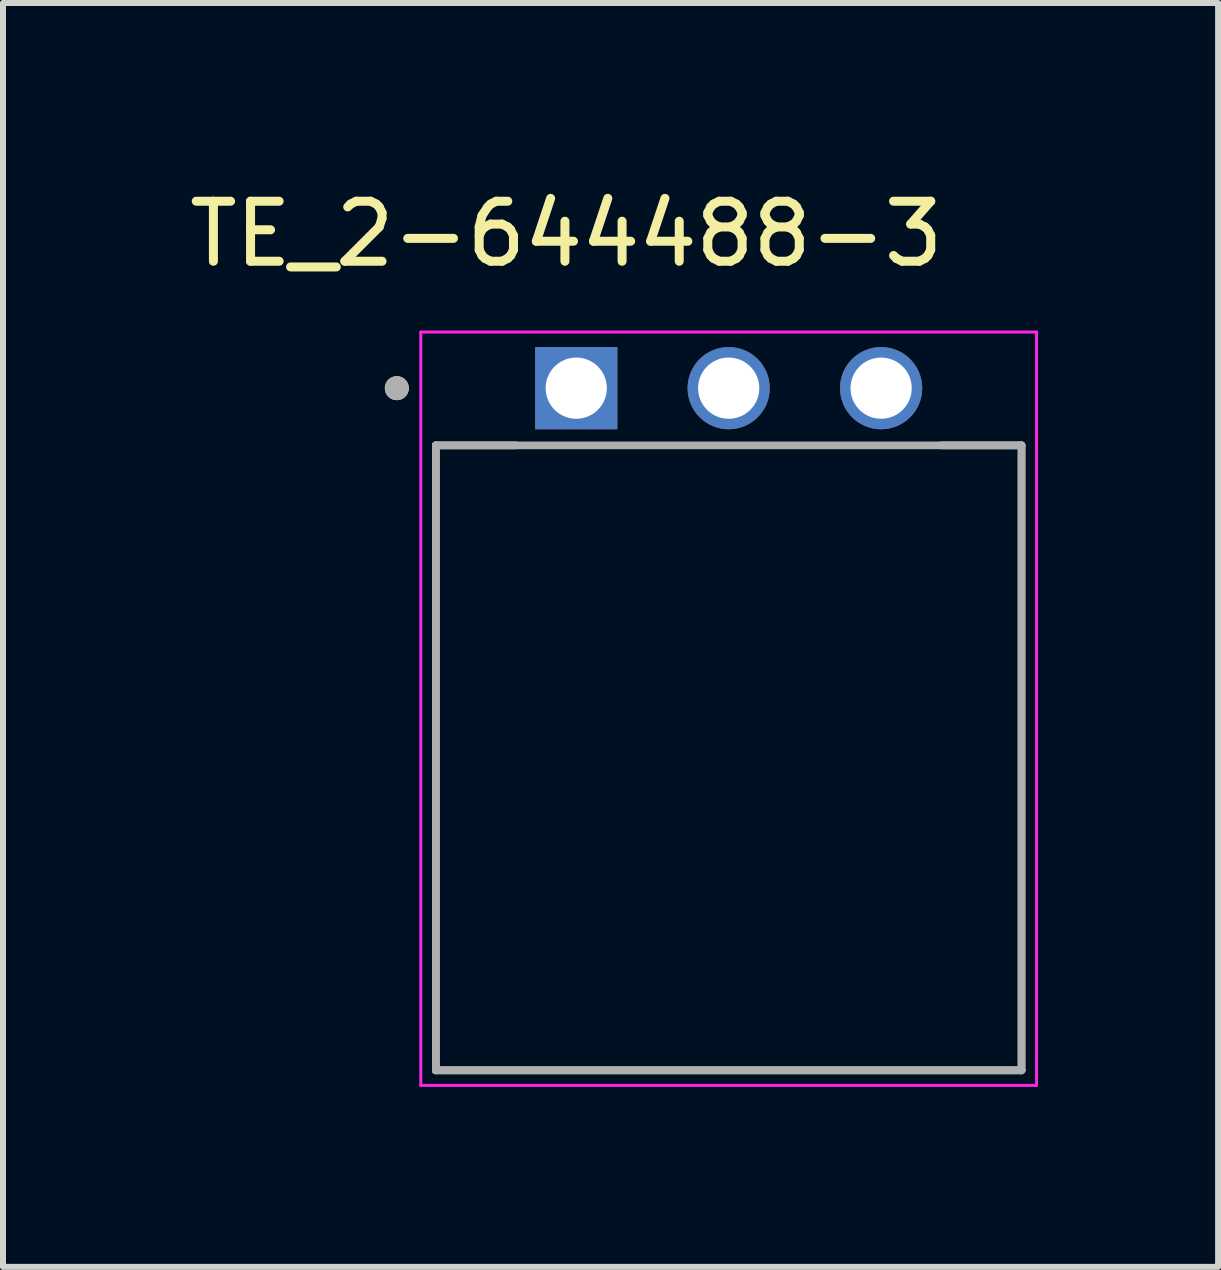
<source format=kicad_pcb>
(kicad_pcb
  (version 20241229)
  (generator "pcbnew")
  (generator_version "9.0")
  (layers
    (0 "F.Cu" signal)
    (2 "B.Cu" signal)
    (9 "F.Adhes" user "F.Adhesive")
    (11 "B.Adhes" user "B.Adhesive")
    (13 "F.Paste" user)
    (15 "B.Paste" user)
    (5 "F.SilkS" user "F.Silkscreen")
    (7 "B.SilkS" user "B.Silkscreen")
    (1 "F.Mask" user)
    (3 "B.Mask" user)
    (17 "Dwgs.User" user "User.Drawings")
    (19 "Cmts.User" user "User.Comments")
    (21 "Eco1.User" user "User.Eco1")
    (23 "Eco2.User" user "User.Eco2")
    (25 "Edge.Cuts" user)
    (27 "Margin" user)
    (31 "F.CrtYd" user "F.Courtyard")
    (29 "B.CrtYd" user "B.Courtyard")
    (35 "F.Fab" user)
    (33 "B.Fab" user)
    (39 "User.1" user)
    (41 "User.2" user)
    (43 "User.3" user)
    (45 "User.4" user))
  (footprint "TE_2-644488-3"
    (layer "F.Cu")
    (at 6.552 3.418)
    (property "Reference" "TE_2-644488-3" (at -0.165 -2.57 0) (layer "F.SilkS") (effects (font (size 1 1) (thickness 0.15))))
    (attr through_hole)
    (fp_line (start -2.34 0.953) (end -1.005 0.953) (stroke (width 0.127) (type solid)) (layer "F.SilkS"))
    (fp_line (start -2.34 11.367) (end -2.34 0.953) (stroke (width 0.127) (type solid)) (layer "F.SilkS"))
    (fp_line (start -2.34 11.367) (end 7.42 11.367) (stroke (width 0.127) (type solid)) (layer "F.SilkS"))
    (fp_line (start 6.085 0.953) (end 7.42 0.953) (stroke (width 0.127) (type solid)) (layer "F.SilkS"))
    (fp_line (start 7.42 0.953) (end 7.42 11.367) (stroke (width 0.127) (type solid)) (layer "F.SilkS"))
    (fp_circle (center -2.99 0) (end -2.89 0) (stroke (width 0.2) (type solid)) (fill no) (layer "F.SilkS"))
    (fp_line (start -2.59 -0.935) (end 7.67 -0.935) (stroke (width 0.05) (type solid)) (layer "F.CrtYd"))
    (fp_line (start -2.59 11.617) (end -2.59 -0.935) (stroke (width 0.05) (type solid)) (layer "F.CrtYd"))
    (fp_line (start 7.67 -0.935) (end 7.67 11.617) (stroke (width 0.05) (type solid)) (layer "F.CrtYd"))
    (fp_line (start 7.67 11.617) (end -2.59 11.617) (stroke (width 0.05) (type solid)) (layer "F.CrtYd"))
    (fp_line (start -2.34 0.953) (end 7.42 0.953) (stroke (width 0.127) (type solid)) (layer "F.Fab"))
    (fp_line (start -2.34 11.367) (end -2.34 0.953) (stroke (width 0.127) (type solid)) (layer "F.Fab"))
    (fp_line (start -2.34 11.367) (end -2.34 11.367) (stroke (width 0.127) (type solid)) (layer "F.Fab"))
    (fp_line (start -2.34 11.367) (end 7.42 11.367) (stroke (width 0.127) (type solid)) (layer "F.Fab"))
    (fp_line (start 7.42 0.953) (end 7.42 11.367) (stroke (width 0.127) (type solid)) (layer "F.Fab"))
    (fp_line (start 7.42 11.367) (end -2.34 11.367) (stroke (width 0.127) (type solid)) (layer "F.Fab"))
    (fp_line (start 7.42 11.367) (end 7.42 11.367) (stroke (width 0.127) (type solid)) (layer "F.Fab"))
    (fp_circle (center -2.99 0) (end -2.89 0) (stroke (width 0.2) (type solid)) (fill no) (layer "F.Fab"))
    (pad "1" thru_hole rect (at 0 0) (size 1.37 1.37) (drill 1.02) (layers "*.Cu" "*.Mask"))
    (pad "2" thru_hole circle (at 2.54 0) (size 1.37 1.37) (drill 1.02) (layers "*.Cu" "*.Mask"))
    (pad "3" thru_hole circle (at 5.08 0) (size 1.37 1.37) (drill 1.02) (layers "*.Cu" "*.Mask")))
  (gr_rect
    (start -3 -3)
    (end 17.247 18.06)
    (stroke (width 0.1) (type default))
    (fill no)
    (layer "Edge.Cuts")))
</source>
